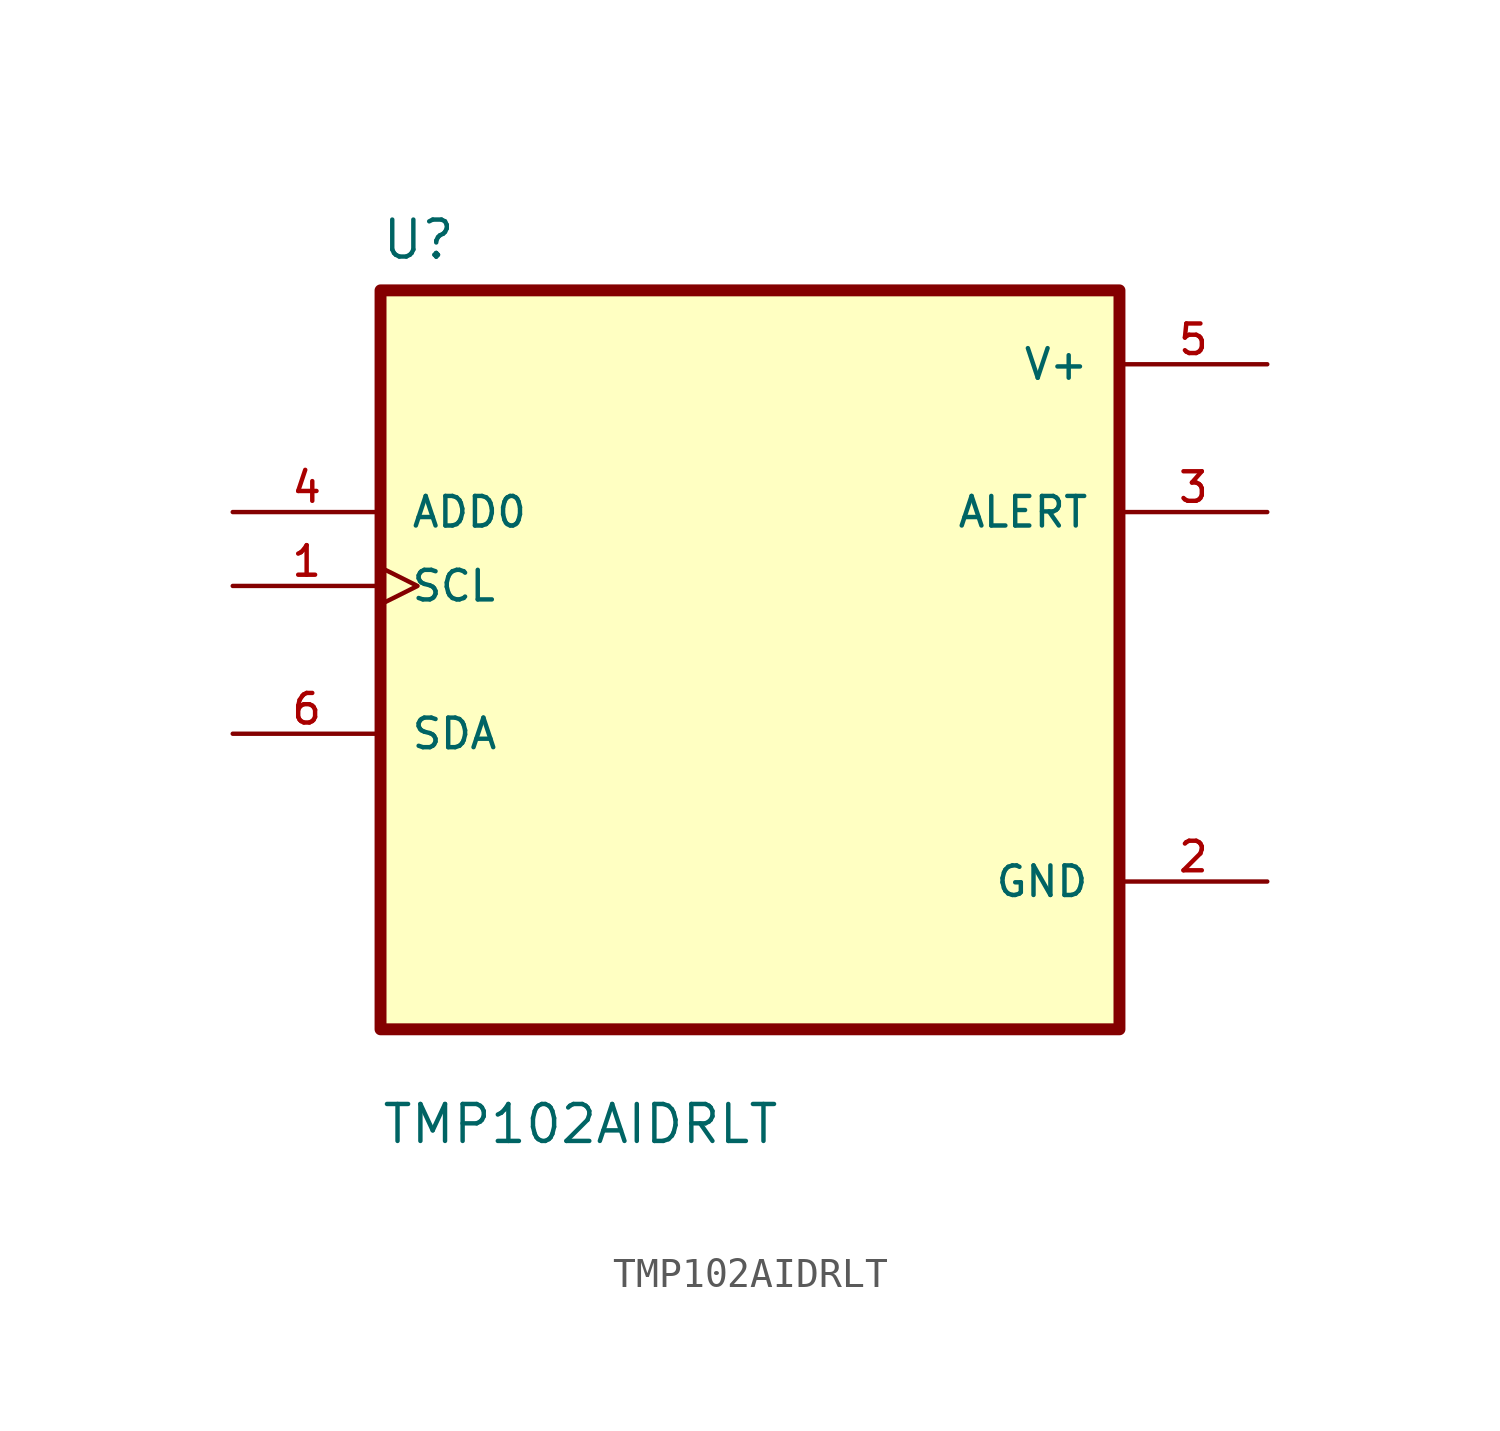
<source format=kicad_sym>
(kicad_symbol_lib
  (version 20211014)
  (generator kicad_symbol_editor)
  (symbol "TMP102AIDRLT"
    (pin_names
      (offset 1.016))
    (property "Reference" "U"
      (at -12.7 13.7 0.0)
      (effects (font (size 1.27 1.27)) (justify bottom left)))
    (property "Value" "TMP102AIDRLT"
      (at -12.7 -16.7 0.0)
      (effects (font (size 1.27 1.27)) (justify bottom left)))
    (symbol "TMP102AIDRLT_0_0"
      (rectangle (start -12.7 -12.7) (end 12.7 12.7) (stroke (width 0.41)) (fill (type background)))
      (pin input line (at -17.78 5.08 0) (length 5.08) (name "ADD0" (effects (font (size 1.016 1.016)))) (number "4" (effects (font (size 1.016 1.016)))))
      (pin input clock (at -17.78 2.54 0) (length 5.08) (name "SCL" (effects (font (size 1.016 1.016)))) (number "1" (effects (font (size 1.016 1.016)))))
      (pin bidirectional line (at -17.78 -2.54 0) (length 5.08) (name "SDA" (effects (font (size 1.016 1.016)))) (number "6" (effects (font (size 1.016 1.016)))))
      (pin power_in line (at 17.78 10.16 180.0) (length 5.08) (name "V+" (effects (font (size 1.016 1.016)))) (number "5" (effects (font (size 1.016 1.016)))))
      (pin output line (at 17.78 5.08 180.0) (length 5.08) (name "ALERT" (effects (font (size 1.016 1.016)))) (number "3" (effects (font (size 1.016 1.016)))))
      (pin power_in line (at 17.78 -7.62 180.0) (length 5.08) (name "GND" (effects (font (size 1.016 1.016)))) (number "2" (effects (font (size 1.016 1.016))))))))
</source>
